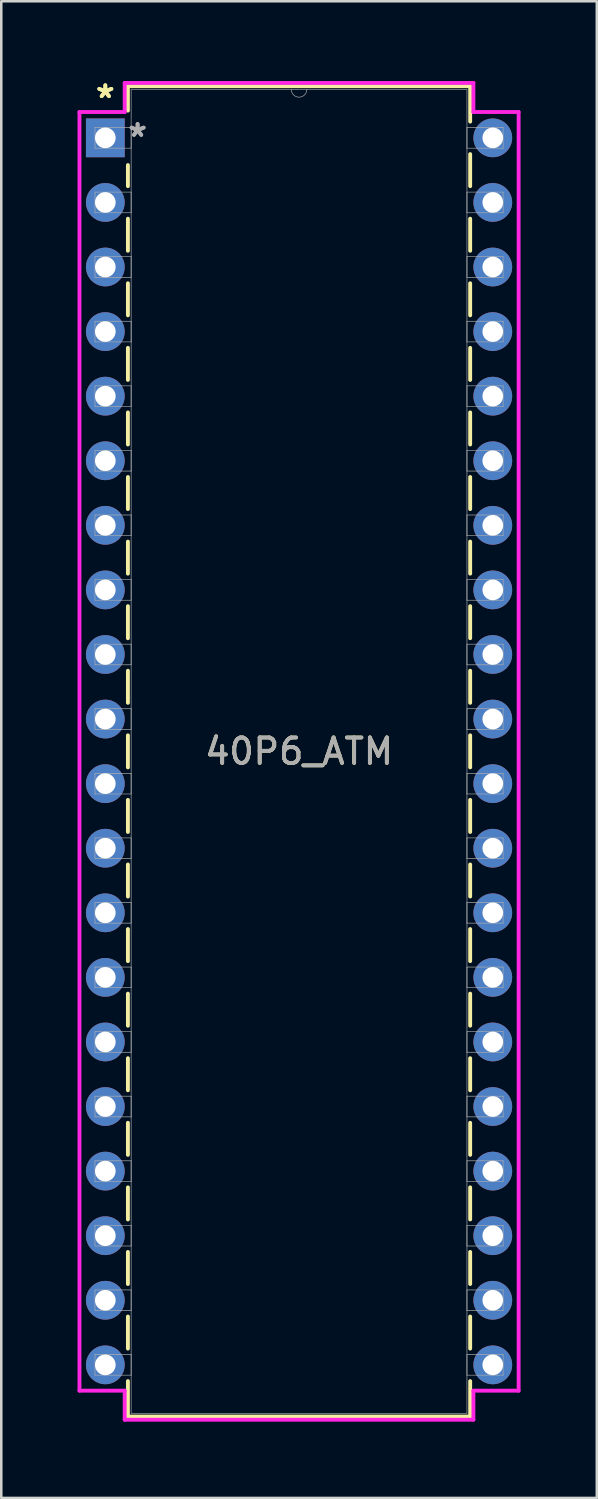
<source format=kicad_pcb>
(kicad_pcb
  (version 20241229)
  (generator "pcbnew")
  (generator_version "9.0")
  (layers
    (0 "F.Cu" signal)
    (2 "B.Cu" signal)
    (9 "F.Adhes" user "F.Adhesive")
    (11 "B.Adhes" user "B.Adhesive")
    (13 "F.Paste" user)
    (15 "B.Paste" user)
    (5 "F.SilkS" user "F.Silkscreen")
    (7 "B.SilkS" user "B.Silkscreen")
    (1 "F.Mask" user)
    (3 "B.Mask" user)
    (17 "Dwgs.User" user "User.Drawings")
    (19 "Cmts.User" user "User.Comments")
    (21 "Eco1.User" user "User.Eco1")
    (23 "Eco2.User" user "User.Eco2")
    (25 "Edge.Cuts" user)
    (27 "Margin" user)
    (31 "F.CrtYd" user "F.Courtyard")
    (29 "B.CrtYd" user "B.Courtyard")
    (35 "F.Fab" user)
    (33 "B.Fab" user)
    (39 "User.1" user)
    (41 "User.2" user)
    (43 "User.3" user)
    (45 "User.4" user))
  (footprint "40P6_ATM"
    (layer "F.Cu")
    (at 1.092 2.372)
    (property "Reference" "40P6_ATM" (at 7.62 24.13 0) (unlocked yes) (layer "F.SilkS") (effects (font (size 1 1) (thickness 0.15))))
    (attr through_hole)
    (fp_line (start 0.889 -2.032) (end 0.889 -1.07) (stroke (width 0.152) (type solid)) (layer "F.SilkS"))
    (fp_line (start 0.889 1.07) (end 0.889 1.901) (stroke (width 0.152) (type solid)) (layer "F.SilkS"))
    (fp_line (start 0.889 3.179) (end 0.889 4.441) (stroke (width 0.152) (type solid)) (layer "F.SilkS"))
    (fp_line (start 0.889 5.719) (end 0.889 6.981) (stroke (width 0.152) (type solid)) (layer "F.SilkS"))
    (fp_line (start 0.889 8.259) (end 0.889 9.521) (stroke (width 0.152) (type solid)) (layer "F.SilkS"))
    (fp_line (start 0.889 10.799) (end 0.889 12.061) (stroke (width 0.152) (type solid)) (layer "F.SilkS"))
    (fp_line (start 0.889 13.339) (end 0.889 14.601) (stroke (width 0.152) (type solid)) (layer "F.SilkS"))
    (fp_line (start 0.889 15.879) (end 0.889 17.141) (stroke (width 0.152) (type solid)) (layer "F.SilkS"))
    (fp_line (start 0.889 18.419) (end 0.889 19.681) (stroke (width 0.152) (type solid)) (layer "F.SilkS"))
    (fp_line (start 0.889 20.959) (end 0.889 22.221) (stroke (width 0.152) (type solid)) (layer "F.SilkS"))
    (fp_line (start 0.889 23.499) (end 0.889 24.761) (stroke (width 0.152) (type solid)) (layer "F.SilkS"))
    (fp_line (start 0.889 26.039) (end 0.889 27.301) (stroke (width 0.152) (type solid)) (layer "F.SilkS"))
    (fp_line (start 0.889 28.579) (end 0.889 29.841) (stroke (width 0.152) (type solid)) (layer "F.SilkS"))
    (fp_line (start 0.889 31.119) (end 0.889 32.381) (stroke (width 0.152) (type solid)) (layer "F.SilkS"))
    (fp_line (start 0.889 33.659) (end 0.889 34.921) (stroke (width 0.152) (type solid)) (layer "F.SilkS"))
    (fp_line (start 0.889 36.199) (end 0.889 37.461) (stroke (width 0.152) (type solid)) (layer "F.SilkS"))
    (fp_line (start 0.889 38.739) (end 0.889 40.001) (stroke (width 0.152) (type solid)) (layer "F.SilkS"))
    (fp_line (start 0.889 41.279) (end 0.889 42.541) (stroke (width 0.152) (type solid)) (layer "F.SilkS"))
    (fp_line (start 0.889 43.819) (end 0.889 45.081) (stroke (width 0.152) (type solid)) (layer "F.SilkS"))
    (fp_line (start 0.889 46.359) (end 0.889 47.621) (stroke (width 0.152) (type solid)) (layer "F.SilkS"))
    (fp_line (start 0.889 48.899) (end 0.889 50.292) (stroke (width 0.152) (type solid)) (layer "F.SilkS"))
    (fp_line (start 0.889 50.292) (end 14.351 50.292) (stroke (width 0.152) (type solid)) (layer "F.SilkS"))
    (fp_line (start 14.351 -2.032) (end 0.889 -2.032) (stroke (width 0.152) (type solid)) (layer "F.SilkS"))
    (fp_line (start 14.351 -0.639) (end 14.351 -2.032) (stroke (width 0.152) (type solid)) (layer "F.SilkS"))
    (fp_line (start 14.351 1.901) (end 14.351 0.639) (stroke (width 0.152) (type solid)) (layer "F.SilkS"))
    (fp_line (start 14.351 4.441) (end 14.351 3.179) (stroke (width 0.152) (type solid)) (layer "F.SilkS"))
    (fp_line (start 14.351 6.981) (end 14.351 5.719) (stroke (width 0.152) (type solid)) (layer "F.SilkS"))
    (fp_line (start 14.351 9.521) (end 14.351 8.259) (stroke (width 0.152) (type solid)) (layer "F.SilkS"))
    (fp_line (start 14.351 12.061) (end 14.351 10.799) (stroke (width 0.152) (type solid)) (layer "F.SilkS"))
    (fp_line (start 14.351 14.601) (end 14.351 13.339) (stroke (width 0.152) (type solid)) (layer "F.SilkS"))
    (fp_line (start 14.351 17.141) (end 14.351 15.879) (stroke (width 0.152) (type solid)) (layer "F.SilkS"))
    (fp_line (start 14.351 19.681) (end 14.351 18.419) (stroke (width 0.152) (type solid)) (layer "F.SilkS"))
    (fp_line (start 14.351 22.221) (end 14.351 20.959) (stroke (width 0.152) (type solid)) (layer "F.SilkS"))
    (fp_line (start 14.351 24.761) (end 14.351 23.499) (stroke (width 0.152) (type solid)) (layer "F.SilkS"))
    (fp_line (start 14.351 27.301) (end 14.351 26.039) (stroke (width 0.152) (type solid)) (layer "F.SilkS"))
    (fp_line (start 14.351 29.841) (end 14.351 28.579) (stroke (width 0.152) (type solid)) (layer "F.SilkS"))
    (fp_line (start 14.351 32.381) (end 14.351 31.119) (stroke (width 0.152) (type solid)) (layer "F.SilkS"))
    (fp_line (start 14.351 34.921) (end 14.351 33.659) (stroke (width 0.152) (type solid)) (layer "F.SilkS"))
    (fp_line (start 14.351 37.461) (end 14.351 36.199) (stroke (width 0.152) (type solid)) (layer "F.SilkS"))
    (fp_line (start 14.351 40.001) (end 14.351 38.739) (stroke (width 0.152) (type solid)) (layer "F.SilkS"))
    (fp_line (start 14.351 42.541) (end 14.351 41.279) (stroke (width 0.152) (type solid)) (layer "F.SilkS"))
    (fp_line (start 14.351 45.081) (end 14.351 43.819) (stroke (width 0.152) (type solid)) (layer "F.SilkS"))
    (fp_line (start 14.351 47.621) (end 14.351 46.359) (stroke (width 0.152) (type solid)) (layer "F.SilkS"))
    (fp_line (start 14.351 50.292) (end 14.351 48.899) (stroke (width 0.152) (type solid)) (layer "F.SilkS"))
    (fp_line (start -1.016 -1.016) (end 0.762 -1.016) (stroke (width 0.152) (type solid)) (layer "F.CrtYd"))
    (fp_line (start -1.016 49.276) (end -1.016 -1.016) (stroke (width 0.152) (type solid)) (layer "F.CrtYd"))
    (fp_line (start 0.762 -2.159) (end 14.478 -2.159) (stroke (width 0.152) (type solid)) (layer "F.CrtYd"))
    (fp_line (start 0.762 -1.016) (end 0.762 -2.159) (stroke (width 0.152) (type solid)) (layer "F.CrtYd"))
    (fp_line (start 0.762 49.276) (end -1.016 49.276) (stroke (width 0.152) (type solid)) (layer "F.CrtYd"))
    (fp_line (start 0.762 50.419) (end 0.762 49.276) (stroke (width 0.152) (type solid)) (layer "F.CrtYd"))
    (fp_line (start 14.478 -2.159) (end 14.478 -1.016) (stroke (width 0.152) (type solid)) (layer "F.CrtYd"))
    (fp_line (start 14.478 49.276) (end 14.478 50.419) (stroke (width 0.152) (type solid)) (layer "F.CrtYd"))
    (fp_line (start 14.478 50.419) (end 0.762 50.419) (stroke (width 0.152) (type solid)) (layer "F.CrtYd"))
    (fp_line (start 16.256 -1.016) (end 14.478 -1.016) (stroke (width 0.152) (type solid)) (layer "F.CrtYd"))
    (fp_line (start 16.256 -1.016) (end 16.256 49.276) (stroke (width 0.152) (type solid)) (layer "F.CrtYd"))
    (fp_line (start 16.256 49.276) (end 14.478 49.276) (stroke (width 0.152) (type solid)) (layer "F.CrtYd"))
    (fp_line (start -0.406 -0.406) (end -0.406 0.406) (stroke (width 0.025) (type solid)) (layer "F.Fab"))
    (fp_line (start -0.406 0.406) (end 1.016 0.406) (stroke (width 0.025) (type solid)) (layer "F.Fab"))
    (fp_line (start -0.406 2.134) (end -0.406 2.946) (stroke (width 0.025) (type solid)) (layer "F.Fab"))
    (fp_line (start -0.406 2.946) (end 1.016 2.946) (stroke (width 0.025) (type solid)) (layer "F.Fab"))
    (fp_line (start -0.406 4.674) (end -0.406 5.486) (stroke (width 0.025) (type solid)) (layer "F.Fab"))
    (fp_line (start -0.406 5.486) (end 1.016 5.486) (stroke (width 0.025) (type solid)) (layer "F.Fab"))
    (fp_line (start -0.406 7.214) (end -0.406 8.026) (stroke (width 0.025) (type solid)) (layer "F.Fab"))
    (fp_line (start -0.406 8.026) (end 1.016 8.026) (stroke (width 0.025) (type solid)) (layer "F.Fab"))
    (fp_line (start -0.406 9.754) (end -0.406 10.566) (stroke (width 0.025) (type solid)) (layer "F.Fab"))
    (fp_line (start -0.406 10.566) (end 1.016 10.566) (stroke (width 0.025) (type solid)) (layer "F.Fab"))
    (fp_line (start -0.406 12.294) (end -0.406 13.106) (stroke (width 0.025) (type solid)) (layer "F.Fab"))
    (fp_line (start -0.406 13.106) (end 1.016 13.106) (stroke (width 0.025) (type solid)) (layer "F.Fab"))
    (fp_line (start -0.406 14.834) (end -0.406 15.646) (stroke (width 0.025) (type solid)) (layer "F.Fab"))
    (fp_line (start -0.406 15.646) (end 1.016 15.646) (stroke (width 0.025) (type solid)) (layer "F.Fab"))
    (fp_line (start -0.406 17.374) (end -0.406 18.186) (stroke (width 0.025) (type solid)) (layer "F.Fab"))
    (fp_line (start -0.406 18.186) (end 1.016 18.186) (stroke (width 0.025) (type solid)) (layer "F.Fab"))
    (fp_line (start -0.406 19.914) (end -0.406 20.726) (stroke (width 0.025) (type solid)) (layer "F.Fab"))
    (fp_line (start -0.406 20.726) (end 1.016 20.726) (stroke (width 0.025) (type solid)) (layer "F.Fab"))
    (fp_line (start -0.406 22.454) (end -0.406 23.266) (stroke (width 0.025) (type solid)) (layer "F.Fab"))
    (fp_line (start -0.406 23.266) (end 1.016 23.266) (stroke (width 0.025) (type solid)) (layer "F.Fab"))
    (fp_line (start -0.406 24.994) (end -0.406 25.806) (stroke (width 0.025) (type solid)) (layer "F.Fab"))
    (fp_line (start -0.406 25.806) (end 1.016 25.806) (stroke (width 0.025) (type solid)) (layer "F.Fab"))
    (fp_line (start -0.406 27.534) (end -0.406 28.346) (stroke (width 0.025) (type solid)) (layer "F.Fab"))
    (fp_line (start -0.406 28.346) (end 1.016 28.346) (stroke (width 0.025) (type solid)) (layer "F.Fab"))
    (fp_line (start -0.406 30.074) (end -0.406 30.886) (stroke (width 0.025) (type solid)) (layer "F.Fab"))
    (fp_line (start -0.406 30.886) (end 1.016 30.886) (stroke (width 0.025) (type solid)) (layer "F.Fab"))
    (fp_line (start -0.406 32.614) (end -0.406 33.426) (stroke (width 0.025) (type solid)) (layer "F.Fab"))
    (fp_line (start -0.406 33.426) (end 1.016 33.426) (stroke (width 0.025) (type solid)) (layer "F.Fab"))
    (fp_line (start -0.406 35.154) (end -0.406 35.966) (stroke (width 0.025) (type solid)) (layer "F.Fab"))
    (fp_line (start -0.406 35.966) (end 1.016 35.966) (stroke (width 0.025) (type solid)) (layer "F.Fab"))
    (fp_line (start -0.406 37.694) (end -0.406 38.506) (stroke (width 0.025) (type solid)) (layer "F.Fab"))
    (fp_line (start -0.406 38.506) (end 1.016 38.506) (stroke (width 0.025) (type solid)) (layer "F.Fab"))
    (fp_line (start -0.406 40.234) (end -0.406 41.046) (stroke (width 0.025) (type solid)) (layer "F.Fab"))
    (fp_line (start -0.406 41.046) (end 1.016 41.046) (stroke (width 0.025) (type solid)) (layer "F.Fab"))
    (fp_line (start -0.406 42.774) (end -0.406 43.586) (stroke (width 0.025) (type solid)) (layer "F.Fab"))
    (fp_line (start -0.406 43.586) (end 1.016 43.586) (stroke (width 0.025) (type solid)) (layer "F.Fab"))
    (fp_line (start -0.406 45.314) (end -0.406 46.126) (stroke (width 0.025) (type solid)) (layer "F.Fab"))
    (fp_line (start -0.406 46.126) (end 1.016 46.126) (stroke (width 0.025) (type solid)) (layer "F.Fab"))
    (fp_line (start -0.406 47.854) (end -0.406 48.666) (stroke (width 0.025) (type solid)) (layer "F.Fab"))
    (fp_line (start -0.406 48.666) (end 1.016 48.666) (stroke (width 0.025) (type solid)) (layer "F.Fab"))
    (fp_line (start 1.016 -1.905) (end 1.016 50.165) (stroke (width 0.025) (type solid)) (layer "F.Fab"))
    (fp_line (start 1.016 -0.406) (end -0.406 -0.406) (stroke (width 0.025) (type solid)) (layer "F.Fab"))
    (fp_line (start 1.016 0.406) (end 1.016 -0.406) (stroke (width 0.025) (type solid)) (layer "F.Fab"))
    (fp_line (start 1.016 2.134) (end -0.406 2.134) (stroke (width 0.025) (type solid)) (layer "F.Fab"))
    (fp_line (start 1.016 2.946) (end 1.016 2.134) (stroke (width 0.025) (type solid)) (layer "F.Fab"))
    (fp_line (start 1.016 4.674) (end -0.406 4.674) (stroke (width 0.025) (type solid)) (layer "F.Fab"))
    (fp_line (start 1.016 5.486) (end 1.016 4.674) (stroke (width 0.025) (type solid)) (layer "F.Fab"))
    (fp_line (start 1.016 7.214) (end -0.406 7.214) (stroke (width 0.025) (type solid)) (layer "F.Fab"))
    (fp_line (start 1.016 8.026) (end 1.016 7.214) (stroke (width 0.025) (type solid)) (layer "F.Fab"))
    (fp_line (start 1.016 9.754) (end -0.406 9.754) (stroke (width 0.025) (type solid)) (layer "F.Fab"))
    (fp_line (start 1.016 10.566) (end 1.016 9.754) (stroke (width 0.025) (type solid)) (layer "F.Fab"))
    (fp_line (start 1.016 12.294) (end -0.406 12.294) (stroke (width 0.025) (type solid)) (layer "F.Fab"))
    (fp_line (start 1.016 13.106) (end 1.016 12.294) (stroke (width 0.025) (type solid)) (layer "F.Fab"))
    (fp_line (start 1.016 14.834) (end -0.406 14.834) (stroke (width 0.025) (type solid)) (layer "F.Fab"))
    (fp_line (start 1.016 15.646) (end 1.016 14.834) (stroke (width 0.025) (type solid)) (layer "F.Fab"))
    (fp_line (start 1.016 17.374) (end -0.406 17.374) (stroke (width 0.025) (type solid)) (layer "F.Fab"))
    (fp_line (start 1.016 18.186) (end 1.016 17.374) (stroke (width 0.025) (type solid)) (layer "F.Fab"))
    (fp_line (start 1.016 19.914) (end -0.406 19.914) (stroke (width 0.025) (type solid)) (layer "F.Fab"))
    (fp_line (start 1.016 20.726) (end 1.016 19.914) (stroke (width 0.025) (type solid)) (layer "F.Fab"))
    (fp_line (start 1.016 22.454) (end -0.406 22.454) (stroke (width 0.025) (type solid)) (layer "F.Fab"))
    (fp_line (start 1.016 23.266) (end 1.016 22.454) (stroke (width 0.025) (type solid)) (layer "F.Fab"))
    (fp_line (start 1.016 24.994) (end -0.406 24.994) (stroke (width 0.025) (type solid)) (layer "F.Fab"))
    (fp_line (start 1.016 25.806) (end 1.016 24.994) (stroke (width 0.025) (type solid)) (layer "F.Fab"))
    (fp_line (start 1.016 27.534) (end -0.406 27.534) (stroke (width 0.025) (type solid)) (layer "F.Fab"))
    (fp_line (start 1.016 28.346) (end 1.016 27.534) (stroke (width 0.025) (type solid)) (layer "F.Fab"))
    (fp_line (start 1.016 30.074) (end -0.406 30.074) (stroke (width 0.025) (type solid)) (layer "F.Fab"))
    (fp_line (start 1.016 30.886) (end 1.016 30.074) (stroke (width 0.025) (type solid)) (layer "F.Fab"))
    (fp_line (start 1.016 32.614) (end -0.406 32.614) (stroke (width 0.025) (type solid)) (layer "F.Fab"))
    (fp_line (start 1.016 33.426) (end 1.016 32.614) (stroke (width 0.025) (type solid)) (layer "F.Fab"))
    (fp_line (start 1.016 35.154) (end -0.406 35.154) (stroke (width 0.025) (type solid)) (layer "F.Fab"))
    (fp_line (start 1.016 35.966) (end 1.016 35.154) (stroke (width 0.025) (type solid)) (layer "F.Fab"))
    (fp_line (start 1.016 37.694) (end -0.406 37.694) (stroke (width 0.025) (type solid)) (layer "F.Fab"))
    (fp_line (start 1.016 38.506) (end 1.016 37.694) (stroke (width 0.025) (type solid)) (layer "F.Fab"))
    (fp_line (start 1.016 40.234) (end -0.406 40.234) (stroke (width 0.025) (type solid)) (layer "F.Fab"))
    (fp_line (start 1.016 41.046) (end 1.016 40.234) (stroke (width 0.025) (type solid)) (layer "F.Fab"))
    (fp_line (start 1.016 42.774) (end -0.406 42.774) (stroke (width 0.025) (type solid)) (layer "F.Fab"))
    (fp_line (start 1.016 43.586) (end 1.016 42.774) (stroke (width 0.025) (type solid)) (layer "F.Fab"))
    (fp_line (start 1.016 45.314) (end -0.406 45.314) (stroke (width 0.025) (type solid)) (layer "F.Fab"))
    (fp_line (start 1.016 46.126) (end 1.016 45.314) (stroke (width 0.025) (type solid)) (layer "F.Fab"))
    (fp_line (start 1.016 47.854) (end -0.406 47.854) (stroke (width 0.025) (type solid)) (layer "F.Fab"))
    (fp_line (start 1.016 48.666) (end 1.016 47.854) (stroke (width 0.025) (type solid)) (layer "F.Fab"))
    (fp_line (start 1.016 50.165) (end 14.224 50.165) (stroke (width 0.025) (type solid)) (layer "F.Fab"))
    (fp_line (start 14.224 -1.905) (end 1.016 -1.905) (stroke (width 0.025) (type solid)) (layer "F.Fab"))
    (fp_line (start 14.224 -0.406) (end 14.224 0.406) (stroke (width 0.025) (type solid)) (layer "F.Fab"))
    (fp_line (start 14.224 0.406) (end 15.646 0.406) (stroke (width 0.025) (type solid)) (layer "F.Fab"))
    (fp_line (start 14.224 2.134) (end 14.224 2.946) (stroke (width 0.025) (type solid)) (layer "F.Fab"))
    (fp_line (start 14.224 2.946) (end 15.646 2.946) (stroke (width 0.025) (type solid)) (layer "F.Fab"))
    (fp_line (start 14.224 4.674) (end 14.224 5.486) (stroke (width 0.025) (type solid)) (layer "F.Fab"))
    (fp_line (start 14.224 5.486) (end 15.646 5.486) (stroke (width 0.025) (type solid)) (layer "F.Fab"))
    (fp_line (start 14.224 7.214) (end 14.224 8.026) (stroke (width 0.025) (type solid)) (layer "F.Fab"))
    (fp_line (start 14.224 8.026) (end 15.646 8.026) (stroke (width 0.025) (type solid)) (layer "F.Fab"))
    (fp_line (start 14.224 9.754) (end 14.224 10.566) (stroke (width 0.025) (type solid)) (layer "F.Fab"))
    (fp_line (start 14.224 10.566) (end 15.646 10.566) (stroke (width 0.025) (type solid)) (layer "F.Fab"))
    (fp_line (start 14.224 12.294) (end 14.224 13.106) (stroke (width 0.025) (type solid)) (layer "F.Fab"))
    (fp_line (start 14.224 13.106) (end 15.646 13.106) (stroke (width 0.025) (type solid)) (layer "F.Fab"))
    (fp_line (start 14.224 14.834) (end 14.224 15.646) (stroke (width 0.025) (type solid)) (layer "F.Fab"))
    (fp_line (start 14.224 15.646) (end 15.646 15.646) (stroke (width 0.025) (type solid)) (layer "F.Fab"))
    (fp_line (start 14.224 17.374) (end 14.224 18.186) (stroke (width 0.025) (type solid)) (layer "F.Fab"))
    (fp_line (start 14.224 18.186) (end 15.646 18.186) (stroke (width 0.025) (type solid)) (layer "F.Fab"))
    (fp_line (start 14.224 19.914) (end 14.224 20.726) (stroke (width 0.025) (type solid)) (layer "F.Fab"))
    (fp_line (start 14.224 20.726) (end 15.646 20.726) (stroke (width 0.025) (type solid)) (layer "F.Fab"))
    (fp_line (start 14.224 22.454) (end 14.224 23.266) (stroke (width 0.025) (type solid)) (layer "F.Fab"))
    (fp_line (start 14.224 23.266) (end 15.646 23.266) (stroke (width 0.025) (type solid)) (layer "F.Fab"))
    (fp_line (start 14.224 24.994) (end 14.224 25.806) (stroke (width 0.025) (type solid)) (layer "F.Fab"))
    (fp_line (start 14.224 25.806) (end 15.646 25.806) (stroke (width 0.025) (type solid)) (layer "F.Fab"))
    (fp_line (start 14.224 27.534) (end 14.224 28.346) (stroke (width 0.025) (type solid)) (layer "F.Fab"))
    (fp_line (start 14.224 28.346) (end 15.646 28.346) (stroke (width 0.025) (type solid)) (layer "F.Fab"))
    (fp_line (start 14.224 30.074) (end 14.224 30.886) (stroke (width 0.025) (type solid)) (layer "F.Fab"))
    (fp_line (start 14.224 30.886) (end 15.646 30.886) (stroke (width 0.025) (type solid)) (layer "F.Fab"))
    (fp_line (start 14.224 32.614) (end 14.224 33.426) (stroke (width 0.025) (type solid)) (layer "F.Fab"))
    (fp_line (start 14.224 33.426) (end 15.646 33.426) (stroke (width 0.025) (type solid)) (layer "F.Fab"))
    (fp_line (start 14.224 35.154) (end 14.224 35.966) (stroke (width 0.025) (type solid)) (layer "F.Fab"))
    (fp_line (start 14.224 35.966) (end 15.646 35.966) (stroke (width 0.025) (type solid)) (layer "F.Fab"))
    (fp_line (start 14.224 37.694) (end 14.224 38.506) (stroke (width 0.025) (type solid)) (layer "F.Fab"))
    (fp_line (start 14.224 38.506) (end 15.646 38.506) (stroke (width 0.025) (type solid)) (layer "F.Fab"))
    (fp_line (start 14.224 40.234) (end 14.224 41.046) (stroke (width 0.025) (type solid)) (layer "F.Fab"))
    (fp_line (start 14.224 41.046) (end 15.646 41.046) (stroke (width 0.025) (type solid)) (layer "F.Fab"))
    (fp_line (start 14.224 42.774) (end 14.224 43.586) (stroke (width 0.025) (type solid)) (layer "F.Fab"))
    (fp_line (start 14.224 43.586) (end 15.646 43.586) (stroke (width 0.025) (type solid)) (layer "F.Fab"))
    (fp_line (start 14.224 45.314) (end 14.224 46.126) (stroke (width 0.025) (type solid)) (layer "F.Fab"))
    (fp_line (start 14.224 46.126) (end 15.646 46.126) (stroke (width 0.025) (type solid)) (layer "F.Fab"))
    (fp_line (start 14.224 47.854) (end 14.224 48.666) (stroke (width 0.025) (type solid)) (layer "F.Fab"))
    (fp_line (start 14.224 48.666) (end 15.646 48.666) (stroke (width 0.025) (type solid)) (layer "F.Fab"))
    (fp_line (start 14.224 50.165) (end 14.224 -1.905) (stroke (width 0.025) (type solid)) (layer "F.Fab"))
    (fp_line (start 15.646 -0.406) (end 14.224 -0.406) (stroke (width 0.025) (type solid)) (layer "F.Fab"))
    (fp_line (start 15.646 0.406) (end 15.646 -0.406) (stroke (width 0.025) (type solid)) (layer "F.Fab"))
    (fp_line (start 15.646 2.134) (end 14.224 2.134) (stroke (width 0.025) (type solid)) (layer "F.Fab"))
    (fp_line (start 15.646 2.946) (end 15.646 2.134) (stroke (width 0.025) (type solid)) (layer "F.Fab"))
    (fp_line (start 15.646 4.674) (end 14.224 4.674) (stroke (width 0.025) (type solid)) (layer "F.Fab"))
    (fp_line (start 15.646 5.486) (end 15.646 4.674) (stroke (width 0.025) (type solid)) (layer "F.Fab"))
    (fp_line (start 15.646 7.214) (end 14.224 7.214) (stroke (width 0.025) (type solid)) (layer "F.Fab"))
    (fp_line (start 15.646 8.026) (end 15.646 7.214) (stroke (width 0.025) (type solid)) (layer "F.Fab"))
    (fp_line (start 15.646 9.754) (end 14.224 9.754) (stroke (width 0.025) (type solid)) (layer "F.Fab"))
    (fp_line (start 15.646 10.566) (end 15.646 9.754) (stroke (width 0.025) (type solid)) (layer "F.Fab"))
    (fp_line (start 15.646 12.294) (end 14.224 12.294) (stroke (width 0.025) (type solid)) (layer "F.Fab"))
    (fp_line (start 15.646 13.106) (end 15.646 12.294) (stroke (width 0.025) (type solid)) (layer "F.Fab"))
    (fp_line (start 15.646 14.834) (end 14.224 14.834) (stroke (width 0.025) (type solid)) (layer "F.Fab"))
    (fp_line (start 15.646 15.646) (end 15.646 14.834) (stroke (width 0.025) (type solid)) (layer "F.Fab"))
    (fp_line (start 15.646 17.374) (end 14.224 17.374) (stroke (width 0.025) (type solid)) (layer "F.Fab"))
    (fp_line (start 15.646 18.186) (end 15.646 17.374) (stroke (width 0.025) (type solid)) (layer "F.Fab"))
    (fp_line (start 15.646 19.914) (end 14.224 19.914) (stroke (width 0.025) (type solid)) (layer "F.Fab"))
    (fp_line (start 15.646 20.726) (end 15.646 19.914) (stroke (width 0.025) (type solid)) (layer "F.Fab"))
    (fp_line (start 15.646 22.454) (end 14.224 22.454) (stroke (width 0.025) (type solid)) (layer "F.Fab"))
    (fp_line (start 15.646 23.266) (end 15.646 22.454) (stroke (width 0.025) (type solid)) (layer "F.Fab"))
    (fp_line (start 15.646 24.994) (end 14.224 24.994) (stroke (width 0.025) (type solid)) (layer "F.Fab"))
    (fp_line (start 15.646 25.806) (end 15.646 24.994) (stroke (width 0.025) (type solid)) (layer "F.Fab"))
    (fp_line (start 15.646 27.534) (end 14.224 27.534) (stroke (width 0.025) (type solid)) (layer "F.Fab"))
    (fp_line (start 15.646 28.346) (end 15.646 27.534) (stroke (width 0.025) (type solid)) (layer "F.Fab"))
    (fp_line (start 15.646 30.074) (end 14.224 30.074) (stroke (width 0.025) (type solid)) (layer "F.Fab"))
    (fp_line (start 15.646 30.886) (end 15.646 30.074) (stroke (width 0.025) (type solid)) (layer "F.Fab"))
    (fp_line (start 15.646 32.614) (end 14.224 32.614) (stroke (width 0.025) (type solid)) (layer "F.Fab"))
    (fp_line (start 15.646 33.426) (end 15.646 32.614) (stroke (width 0.025) (type solid)) (layer "F.Fab"))
    (fp_line (start 15.646 35.154) (end 14.224 35.154) (stroke (width 0.025) (type solid)) (layer "F.Fab"))
    (fp_line (start 15.646 35.966) (end 15.646 35.154) (stroke (width 0.025) (type solid)) (layer "F.Fab"))
    (fp_line (start 15.646 37.694) (end 14.224 37.694) (stroke (width 0.025) (type solid)) (layer "F.Fab"))
    (fp_line (start 15.646 38.506) (end 15.646 37.694) (stroke (width 0.025) (type solid)) (layer "F.Fab"))
    (fp_line (start 15.646 40.234) (end 14.224 40.234) (stroke (width 0.025) (type solid)) (layer "F.Fab"))
    (fp_line (start 15.646 41.046) (end 15.646 40.234) (stroke (width 0.025) (type solid)) (layer "F.Fab"))
    (fp_line (start 15.646 42.774) (end 14.224 42.774) (stroke (width 0.025) (type solid)) (layer "F.Fab"))
    (fp_line (start 15.646 43.586) (end 15.646 42.774) (stroke (width 0.025) (type solid)) (layer "F.Fab"))
    (fp_line (start 15.646 45.314) (end 14.224 45.314) (stroke (width 0.025) (type solid)) (layer "F.Fab"))
    (fp_line (start 15.646 46.126) (end 15.646 45.314) (stroke (width 0.025) (type solid)) (layer "F.Fab"))
    (fp_line (start 15.646 47.854) (end 14.224 47.854) (stroke (width 0.025) (type solid)) (layer "F.Fab"))
    (fp_line (start 15.646 48.666) (end 15.646 47.854) (stroke (width 0.025) (type solid)) (layer "F.Fab"))
    (fp_arc (start 7.9248 -1.905) (mid 7.62 -1.6002) (end 7.3152 -1.905) (stroke (width 0.0254) (type solid)) (layer "F.Fab"))
    (fp_text user "*" (at 0 -1.524 0) (unlocked yes) (layer "F.SilkS") (effects (font (size 1 1) (thickness 0.15))))
    (fp_text user "*" (at 0 -1.524 0) (layer "F.SilkS") (effects (font (size 1 1) (thickness 0.15))))
    (fp_text user "*" (at 1.27 0 0) (layer "F.Fab") (effects (font (size 1 1) (thickness 0.15))))
    (fp_text user "${REFERENCE}" (at 7.62 24.13 0) (unlocked yes) (layer "F.Fab") (effects (font (size 1 1) (thickness 0.15))))
    (fp_text user "*" (at 1.27 0 0) (unlocked yes) (layer "F.Fab") (effects (font (size 1 1) (thickness 0.15))))
    (pad "1" thru_hole rect (at 0 0) (size 1.524 1.524) (drill 0.813) (layers "*.Cu" "*.Mask"))
    (pad "2" thru_hole circle (at 0 2.54) (size 1.524 1.524) (drill 0.813) (layers "*.Cu" "*.Mask"))
    (pad "3" thru_hole circle (at 0 5.08) (size 1.524 1.524) (drill 0.813) (layers "*.Cu" "*.Mask"))
    (pad "4" thru_hole circle (at 0 7.62) (size 1.524 1.524) (drill 0.813) (layers "*.Cu" "*.Mask"))
    (pad "5" thru_hole circle (at 0 10.16) (size 1.524 1.524) (drill 0.813) (layers "*.Cu" "*.Mask"))
    (pad "6" thru_hole circle (at 0 12.7) (size 1.524 1.524) (drill 0.813) (layers "*.Cu" "*.Mask"))
    (pad "7" thru_hole circle (at 0 15.24) (size 1.524 1.524) (drill 0.813) (layers "*.Cu" "*.Mask"))
    (pad "8" thru_hole circle (at 0 17.78) (size 1.524 1.524) (drill 0.813) (layers "*.Cu" "*.Mask"))
    (pad "9" thru_hole circle (at 0 20.32) (size 1.524 1.524) (drill 0.813) (layers "*.Cu" "*.Mask"))
    (pad "10" thru_hole circle (at 0 22.86) (size 1.524 1.524) (drill 0.813) (layers "*.Cu" "*.Mask"))
    (pad "11" thru_hole circle (at 0 25.4) (size 1.524 1.524) (drill 0.813) (layers "*.Cu" "*.Mask"))
    (pad "12" thru_hole circle (at 0 27.94) (size 1.524 1.524) (drill 0.813) (layers "*.Cu" "*.Mask"))
    (pad "13" thru_hole circle (at 0 30.48) (size 1.524 1.524) (drill 0.813) (layers "*.Cu" "*.Mask"))
    (pad "14" thru_hole circle (at 0 33.02) (size 1.524 1.524) (drill 0.813) (layers "*.Cu" "*.Mask"))
    (pad "15" thru_hole circle (at 0 35.56) (size 1.524 1.524) (drill 0.813) (layers "*.Cu" "*.Mask"))
    (pad "16" thru_hole circle (at 0 38.1) (size 1.524 1.524) (drill 0.813) (layers "*.Cu" "*.Mask"))
    (pad "17" thru_hole circle (at 0 40.64) (size 1.524 1.524) (drill 0.813) (layers "*.Cu" "*.Mask"))
    (pad "18" thru_hole circle (at 0 43.18) (size 1.524 1.524) (drill 0.813) (layers "*.Cu" "*.Mask"))
    (pad "19" thru_hole circle (at 0 45.72) (size 1.524 1.524) (drill 0.813) (layers "*.Cu" "*.Mask"))
    (pad "20" thru_hole circle (at 0 48.26) (size 1.524 1.524) (drill 0.813) (layers "*.Cu" "*.Mask"))
    (pad "21" thru_hole circle (at 15.24 48.26) (size 1.524 1.524) (drill 0.813) (layers "*.Cu" "*.Mask"))
    (pad "22" thru_hole circle (at 15.24 45.72) (size 1.524 1.524) (drill 0.813) (layers "*.Cu" "*.Mask"))
    (pad "23" thru_hole circle (at 15.24 43.18) (size 1.524 1.524) (drill 0.813) (layers "*.Cu" "*.Mask"))
    (pad "24" thru_hole circle (at 15.24 40.64) (size 1.524 1.524) (drill 0.813) (layers "*.Cu" "*.Mask"))
    (pad "25" thru_hole circle (at 15.24 38.1) (size 1.524 1.524) (drill 0.813) (layers "*.Cu" "*.Mask"))
    (pad "26" thru_hole circle (at 15.24 35.56) (size 1.524 1.524) (drill 0.813) (layers "*.Cu" "*.Mask"))
    (pad "27" thru_hole circle (at 15.24 33.02) (size 1.524 1.524) (drill 0.813) (layers "*.Cu" "*.Mask"))
    (pad "28" thru_hole circle (at 15.24 30.48) (size 1.524 1.524) (drill 0.813) (layers "*.Cu" "*.Mask"))
    (pad "29" thru_hole circle (at 15.24 27.94) (size 1.524 1.524) (drill 0.813) (layers "*.Cu" "*.Mask"))
    (pad "30" thru_hole circle (at 15.24 25.4) (size 1.524 1.524) (drill 0.813) (layers "*.Cu" "*.Mask"))
    (pad "31" thru_hole circle (at 15.24 22.86) (size 1.524 1.524) (drill 0.813) (layers "*.Cu" "*.Mask"))
    (pad "32" thru_hole circle (at 15.24 20.32) (size 1.524 1.524) (drill 0.813) (layers "*.Cu" "*.Mask"))
    (pad "33" thru_hole circle (at 15.24 17.78) (size 1.524 1.524) (drill 0.813) (layers "*.Cu" "*.Mask"))
    (pad "34" thru_hole circle (at 15.24 15.24) (size 1.524 1.524) (drill 0.813) (layers "*.Cu" "*.Mask"))
    (pad "35" thru_hole circle (at 15.24 12.7) (size 1.524 1.524) (drill 0.813) (layers "*.Cu" "*.Mask"))
    (pad "36" thru_hole circle (at 15.24 10.16) (size 1.524 1.524) (drill 0.813) (layers "*.Cu" "*.Mask"))
    (pad "37" thru_hole circle (at 15.24 7.62) (size 1.524 1.524) (drill 0.813) (layers "*.Cu" "*.Mask"))
    (pad "38" thru_hole circle (at 15.24 5.08) (size 1.524 1.524) (drill 0.813) (layers "*.Cu" "*.Mask"))
    (pad "39" thru_hole circle (at 15.24 2.54) (size 1.524 1.524) (drill 0.813) (layers "*.Cu" "*.Mask"))
    (pad "40" thru_hole circle (at 15.24 0) (size 1.524 1.524) (drill 0.813) (layers "*.Cu" "*.Mask")))
  (gr_rect
    (start -3 -3)
    (end 20.424 55.867)
    (stroke (width 0.1) (type default))
    (fill no)
    (layer "Edge.Cuts")))
</source>
